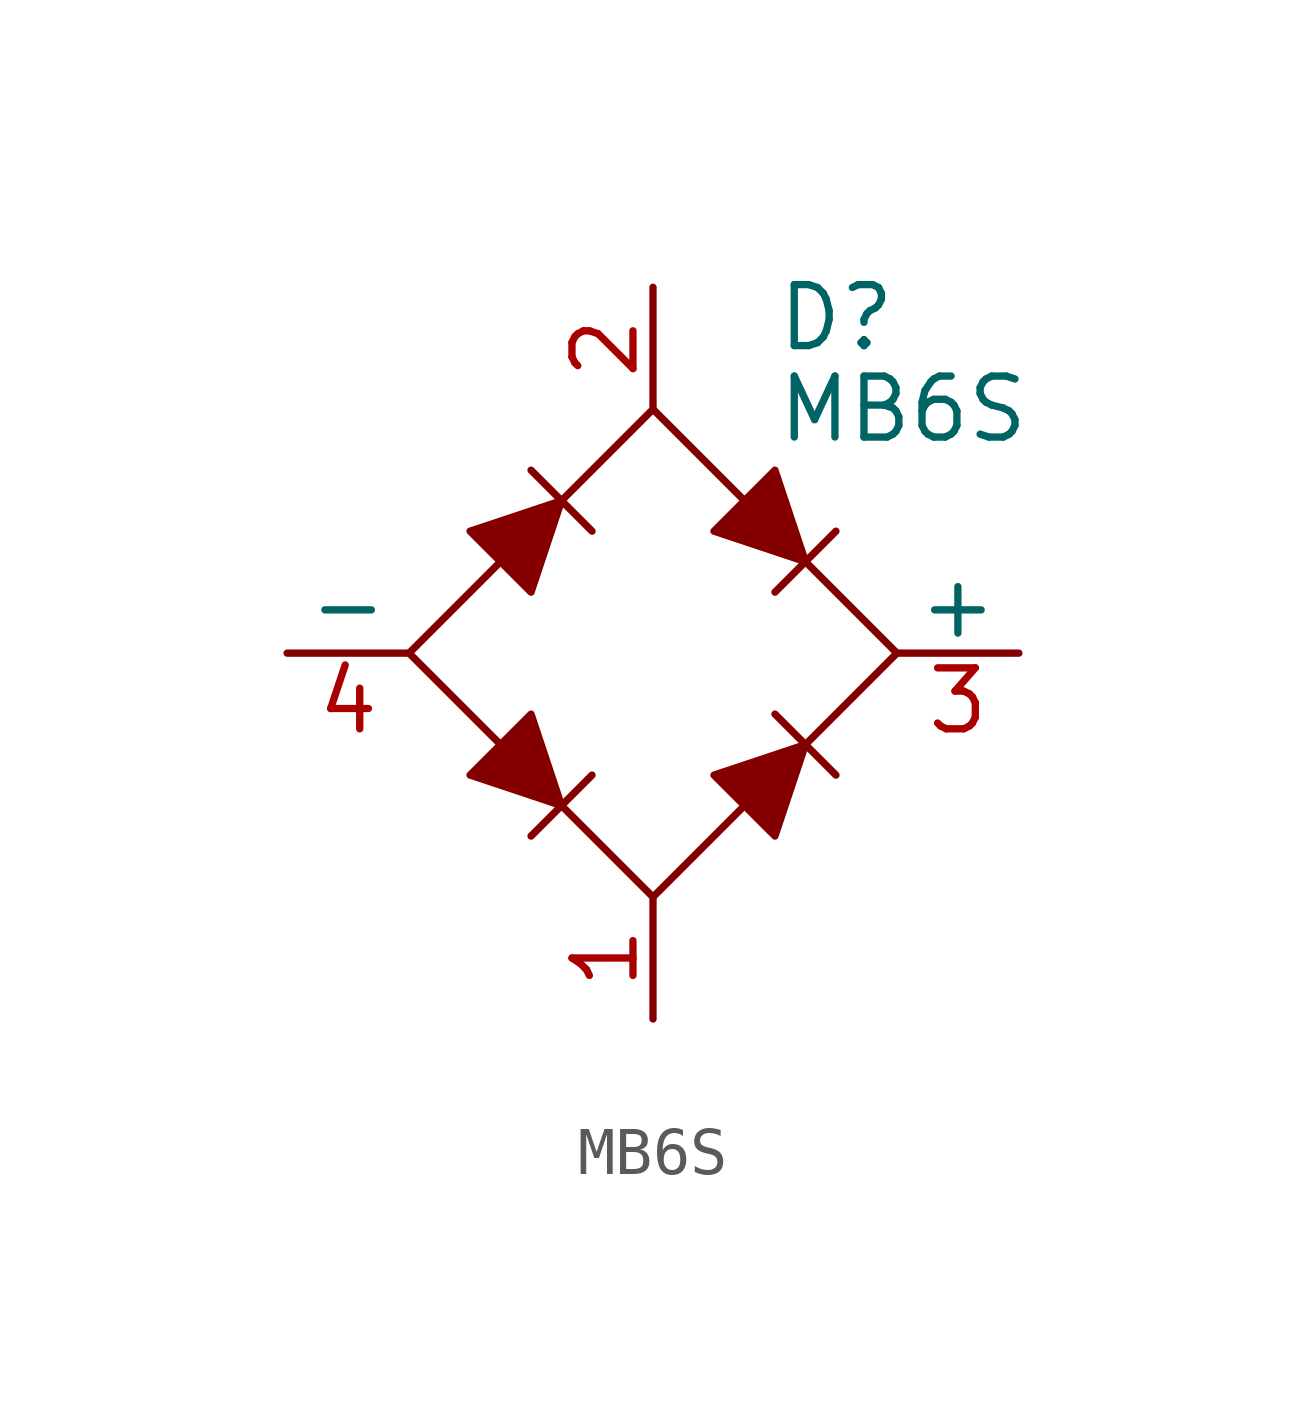
<source format=kicad_sym>
(kicad_symbol_lib
  (version 20220914)
  (generator kicad_symbol_editor)
  (symbol "MB6S"
    (pin_names
      (offset 0))
    (property "Reference" "D"
      (at 2.54 6.985 0)
      (effects (font (size 1.27 1.27)) (justify left)))
    (property "Value" "MB6S"
      (at 2.54 5.08 0)
      (effects (font (size 1.27 1.27)) (justify left)))
    (symbol "MB6S_0_1"
      (polyline (pts (xy -2.54 3.81) (xy -1.27 2.54)) (stroke (width 0) (type default)) (fill (type none)))
      (polyline (pts (xy -1.27 -2.54) (xy -2.54 -3.81)) (stroke (width 0) (type default)) (fill (type none)))
      (polyline (pts (xy 2.54 -1.27) (xy 3.81 -2.54)) (stroke (width 0) (type default)) (fill (type none)))
      (polyline (pts (xy 2.54 1.27) (xy 3.81 2.54)) (stroke (width 0) (type default)) (fill (type none)))
      (polyline (pts (xy -3.81 2.54) (xy -2.54 1.27) (xy -1.905 3.175) (xy -3.81 2.54)) (stroke (width 0) (type default)) (fill (type outline)))
      (polyline (pts (xy -2.54 -1.27) (xy -3.81 -2.54) (xy -1.905 -3.175) (xy -2.54 -1.27)) (stroke (width 0) (type default)) (fill (type outline)))
      (polyline (pts (xy 1.27 2.54) (xy 2.54 3.81) (xy 3.175 1.905) (xy 1.27 2.54)) (stroke (width 0) (type default)) (fill (type outline)))
      (polyline (pts (xy 3.175 -1.905) (xy 1.27 -2.54) (xy 2.54 -3.81) (xy 3.175 -1.905)) (stroke (width 0) (type default)) (fill (type outline)))
      (polyline (pts (xy -5.08 0) (xy 0 -5.08) (xy 5.08 0) (xy 0 5.08) (xy -5.08 0)) (stroke (width 0) (type default)) (fill (type none))))
    (symbol "MB6S_1_1"
      (pin passive line (at 0 -7.62 90) (length 2.54) (name "~" (effects (font (size 1.27 1.27)))) (number "1" (effects (font (size 1.27 1.27)))))
      (pin passive line (at 0 7.62 270) (length 2.54) (name "~" (effects (font (size 1.27 1.27)))) (number "2" (effects (font (size 1.27 1.27)))))
      (pin passive line (at 7.62 0 180) (length 2.54) (name "+" (effects (font (size 1.27 1.27)))) (number "3" (effects (font (size 1.27 1.27)))))
      (pin passive line (at -7.62 0 0) (length 2.54) (name "-" (effects (font (size 1.27 1.27)))) (number "4" (effects (font (size 1.27 1.27))))))))
</source>
